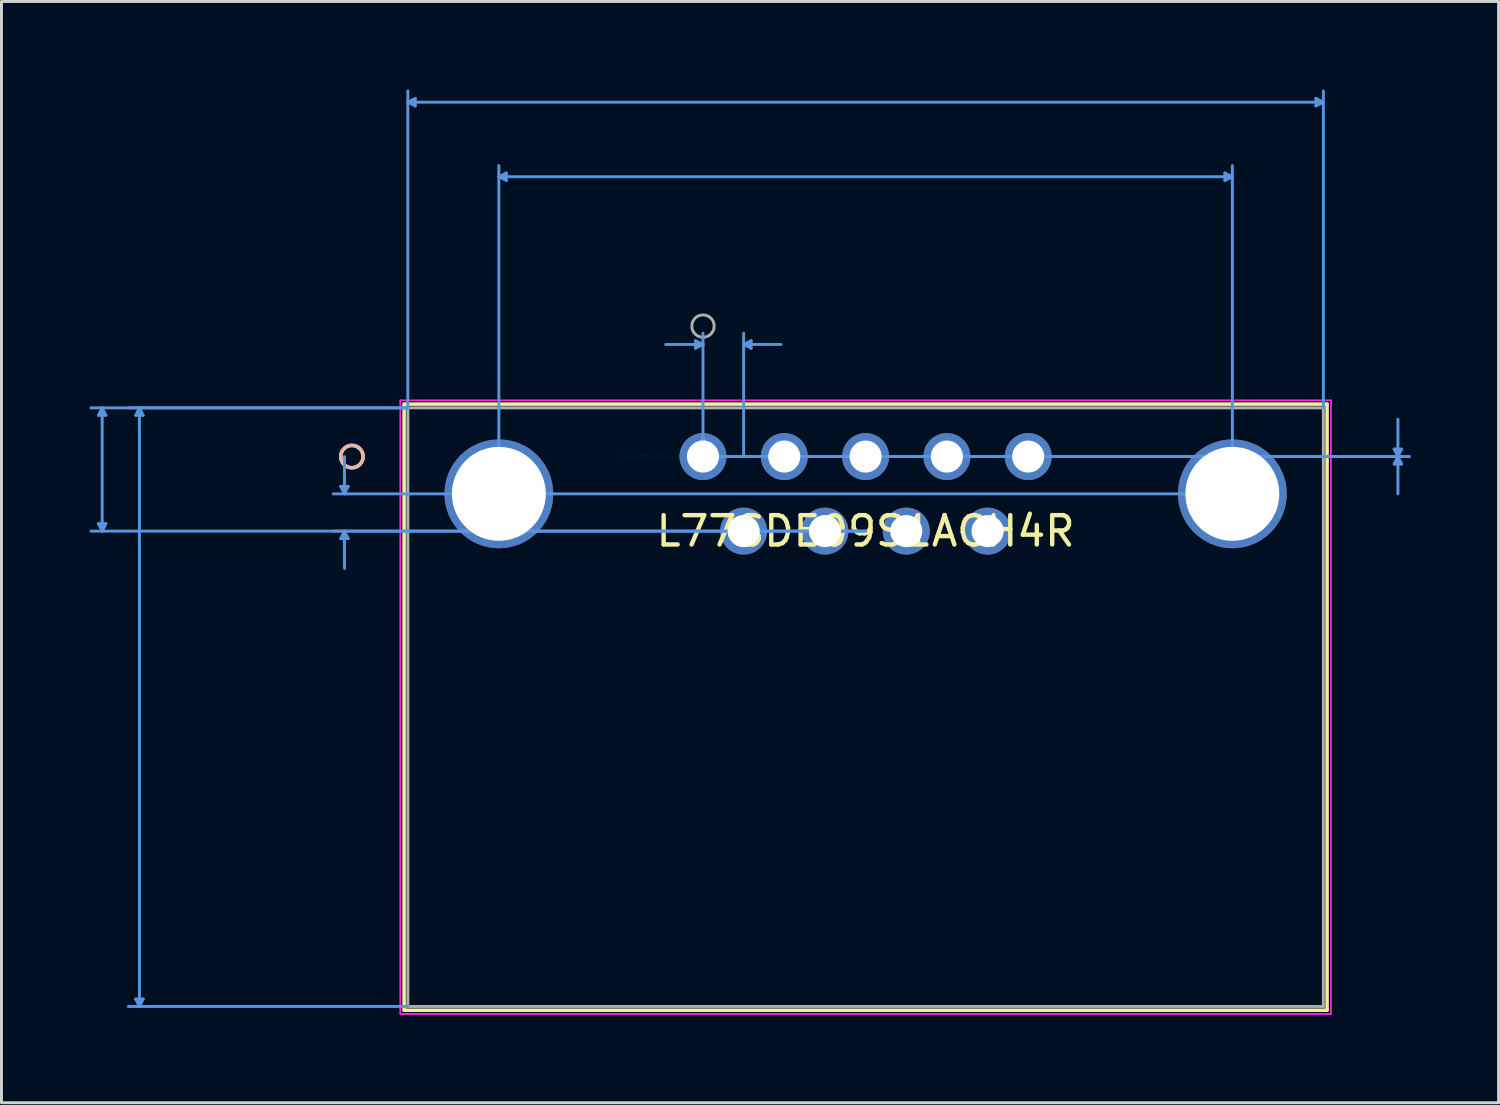
<source format=kicad_pcb>
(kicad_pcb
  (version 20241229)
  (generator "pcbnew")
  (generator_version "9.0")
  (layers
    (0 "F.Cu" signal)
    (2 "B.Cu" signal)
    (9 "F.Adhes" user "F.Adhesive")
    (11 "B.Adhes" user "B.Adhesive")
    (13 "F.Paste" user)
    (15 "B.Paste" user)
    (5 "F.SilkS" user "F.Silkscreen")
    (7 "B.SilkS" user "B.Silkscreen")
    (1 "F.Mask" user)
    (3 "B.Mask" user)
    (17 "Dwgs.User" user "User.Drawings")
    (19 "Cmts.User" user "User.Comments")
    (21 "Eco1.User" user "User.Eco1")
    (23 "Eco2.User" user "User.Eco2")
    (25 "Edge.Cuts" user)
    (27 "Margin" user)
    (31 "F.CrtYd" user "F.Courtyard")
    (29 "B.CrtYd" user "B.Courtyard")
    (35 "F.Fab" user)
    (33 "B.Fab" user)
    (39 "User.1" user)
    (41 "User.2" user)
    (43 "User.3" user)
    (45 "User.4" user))
  (footprint "L77SDE09S1ACH4R"
    (layer "F.Cu")
    (at 20.901 12.505)
    (property "Reference" "L77SDE09S1ACH4R" (at 5.54 2.54 0) (layer "F.SilkS") (effects (font (size 1 1) (thickness 0.15))))
    (attr through_hole)
    (fp_line (start -10.183 -1.787) (end -10.183 18.863) (stroke (width 0.12) (type solid)) (layer "F.SilkS"))
    (fp_line (start -10.183 18.863) (end 21.263 18.863) (stroke (width 0.12) (type solid)) (layer "F.SilkS"))
    (fp_line (start 21.263 -1.787) (end -10.183 -1.787) (stroke (width 0.12) (type solid)) (layer "F.SilkS"))
    (fp_line (start 21.263 18.863) (end 21.263 -1.787) (stroke (width 0.12) (type solid)) (layer "F.SilkS"))
    (fp_circle (center -11.961 0) (end -11.58 0) (stroke (width 0.12) (type solid)) (fill no) (layer "F.SilkS"))
    (fp_circle (center -11.961 0) (end -11.58 0) (stroke (width 0.12) (type solid)) (fill no) (layer "B.SilkS"))
    (fp_line (start -20.597 -1.406) (end -20.343 -1.406) (stroke (width 0.1) (type solid)) (layer "Cmts.User"))
    (fp_line (start -20.597 2.286) (end -20.343 2.286) (stroke (width 0.1) (type solid)) (layer "Cmts.User"))
    (fp_line (start -20.47 -1.66) (end -20.597 -1.406) (stroke (width 0.1) (type solid)) (layer "Cmts.User"))
    (fp_line (start -20.47 -1.66) (end -20.47 2.54) (stroke (width 0.1) (type solid)) (layer "Cmts.User"))
    (fp_line (start -20.47 -1.66) (end -20.343 -1.406) (stroke (width 0.1) (type solid)) (layer "Cmts.User"))
    (fp_line (start -20.47 2.54) (end -20.597 2.286) (stroke (width 0.1) (type solid)) (layer "Cmts.User"))
    (fp_line (start -20.47 2.54) (end -20.343 2.286) (stroke (width 0.1) (type solid)) (layer "Cmts.User"))
    (fp_line (start -19.327 -1.406) (end -19.073 -1.406) (stroke (width 0.1) (type solid)) (layer "Cmts.User"))
    (fp_line (start -19.327 18.482) (end -19.073 18.482) (stroke (width 0.1) (type solid)) (layer "Cmts.User"))
    (fp_line (start -19.2 -1.66) (end -19.327 -1.406) (stroke (width 0.1) (type solid)) (layer "Cmts.User"))
    (fp_line (start -19.2 -1.66) (end -19.2 18.736) (stroke (width 0.1) (type solid)) (layer "Cmts.User"))
    (fp_line (start -19.2 -1.66) (end -19.073 -1.406) (stroke (width 0.1) (type solid)) (layer "Cmts.User"))
    (fp_line (start -19.2 18.736) (end -19.327 18.482) (stroke (width 0.1) (type solid)) (layer "Cmts.User"))
    (fp_line (start -19.2 18.736) (end -19.073 18.482) (stroke (width 0.1) (type solid)) (layer "Cmts.User"))
    (fp_line (start -12.342 1.016) (end -12.088 1.016) (stroke (width 0.1) (type solid)) (layer "Cmts.User"))
    (fp_line (start -12.342 2.794) (end -12.088 2.794) (stroke (width 0.1) (type solid)) (layer "Cmts.User"))
    (fp_line (start -12.215 1.27) (end -12.342 1.016) (stroke (width 0.1) (type solid)) (layer "Cmts.User"))
    (fp_line (start -12.215 1.27) (end -12.215 0) (stroke (width 0.1) (type solid)) (layer "Cmts.User"))
    (fp_line (start -12.215 1.27) (end -12.088 1.016) (stroke (width 0.1) (type solid)) (layer "Cmts.User"))
    (fp_line (start -12.215 2.54) (end -12.342 2.794) (stroke (width 0.1) (type solid)) (layer "Cmts.User"))
    (fp_line (start -12.215 2.54) (end -12.215 3.81) (stroke (width 0.1) (type solid)) (layer "Cmts.User"))
    (fp_line (start -12.215 2.54) (end -12.088 2.794) (stroke (width 0.1) (type solid)) (layer "Cmts.User"))
    (fp_line (start -10.056 -12.074) (end -9.802 -12.201) (stroke (width 0.1) (type solid)) (layer "Cmts.User"))
    (fp_line (start -10.056 -12.074) (end -9.802 -11.947) (stroke (width 0.1) (type solid)) (layer "Cmts.User"))
    (fp_line (start -10.056 -12.074) (end 21.136 -12.074) (stroke (width 0.1) (type solid)) (layer "Cmts.User"))
    (fp_line (start -10.056 -1.66) (end -20.851 -1.66) (stroke (width 0.1) (type solid)) (layer "Cmts.User"))
    (fp_line (start -10.056 -1.66) (end -19.581 -1.66) (stroke (width 0.1) (type solid)) (layer "Cmts.User"))
    (fp_line (start -10.056 -1.66) (end -10.056 -12.455) (stroke (width 0.1) (type solid)) (layer "Cmts.User"))
    (fp_line (start -10.056 18.736) (end -19.581 18.736) (stroke (width 0.1) (type solid)) (layer "Cmts.User"))
    (fp_line (start -9.802 -12.201) (end -9.802 -11.947) (stroke (width 0.1) (type solid)) (layer "Cmts.User"))
    (fp_line (start -6.955 -9.534) (end -6.701 -9.661) (stroke (width 0.1) (type solid)) (layer "Cmts.User"))
    (fp_line (start -6.955 -9.534) (end -6.701 -9.407) (stroke (width 0.1) (type solid)) (layer "Cmts.User"))
    (fp_line (start -6.955 -9.534) (end 18.035 -9.534) (stroke (width 0.1) (type solid)) (layer "Cmts.User"))
    (fp_line (start -6.955 1.27) (end -6.955 -9.915) (stroke (width 0.1) (type solid)) (layer "Cmts.User"))
    (fp_line (start -6.701 -9.661) (end -6.701 -9.407) (stroke (width 0.1) (type solid)) (layer "Cmts.User"))
    (fp_line (start -0.254 -3.946) (end -0.254 -3.692) (stroke (width 0.1) (type solid)) (layer "Cmts.User"))
    (fp_line (start 0 -3.819) (end -1.27 -3.819) (stroke (width 0.1) (type solid)) (layer "Cmts.User"))
    (fp_line (start 0 -3.819) (end -0.254 -3.946) (stroke (width 0.1) (type solid)) (layer "Cmts.User"))
    (fp_line (start 0 -3.819) (end -0.254 -3.692) (stroke (width 0.1) (type solid)) (layer "Cmts.User"))
    (fp_line (start 0 0) (end 0 -4.2) (stroke (width 0.1) (type solid)) (layer "Cmts.User"))
    (fp_line (start 0 0) (end 24.057 0) (stroke (width 0.1) (type solid)) (layer "Cmts.User"))
    (fp_line (start 0 0) (end 24.057 0) (stroke (width 0.1) (type solid)) (layer "Cmts.User"))
    (fp_line (start 1.385 -3.819) (end 1.639 -3.946) (stroke (width 0.1) (type solid)) (layer "Cmts.User"))
    (fp_line (start 1.385 -3.819) (end 1.639 -3.692) (stroke (width 0.1) (type solid)) (layer "Cmts.User"))
    (fp_line (start 1.385 -3.819) (end 2.655 -3.819) (stroke (width 0.1) (type solid)) (layer "Cmts.User"))
    (fp_line (start 1.385 0) (end 1.385 -4.2) (stroke (width 0.1) (type solid)) (layer "Cmts.User"))
    (fp_line (start 1.639 -3.946) (end 1.639 -3.692) (stroke (width 0.1) (type solid)) (layer "Cmts.User"))
    (fp_line (start 5.54 2.54) (end -20.851 2.54) (stroke (width 0.1) (type solid)) (layer "Cmts.User"))
    (fp_line (start 5.54 2.54) (end -12.596 2.54) (stroke (width 0.1) (type solid)) (layer "Cmts.User"))
    (fp_line (start 17.781 -9.661) (end 17.781 -9.407) (stroke (width 0.1) (type solid)) (layer "Cmts.User"))
    (fp_line (start 18.035 -9.534) (end 17.781 -9.661) (stroke (width 0.1) (type solid)) (layer "Cmts.User"))
    (fp_line (start 18.035 -9.534) (end 17.781 -9.407) (stroke (width 0.1) (type solid)) (layer "Cmts.User"))
    (fp_line (start 18.035 1.27) (end -12.596 1.27) (stroke (width 0.1) (type solid)) (layer "Cmts.User"))
    (fp_line (start 18.035 1.27) (end 18.035 -9.915) (stroke (width 0.1) (type solid)) (layer "Cmts.User"))
    (fp_line (start 20.882 -12.201) (end 20.882 -11.947) (stroke (width 0.1) (type solid)) (layer "Cmts.User"))
    (fp_line (start 21.136 -12.074) (end 20.882 -12.201) (stroke (width 0.1) (type solid)) (layer "Cmts.User"))
    (fp_line (start 21.136 -12.074) (end 20.882 -11.947) (stroke (width 0.1) (type solid)) (layer "Cmts.User"))
    (fp_line (start 21.136 -1.66) (end 21.136 -12.455) (stroke (width 0.1) (type solid)) (layer "Cmts.User"))
    (fp_line (start 23.549 -0.254) (end 23.803 -0.254) (stroke (width 0.1) (type solid)) (layer "Cmts.User"))
    (fp_line (start 23.549 0.254) (end 23.803 0.254) (stroke (width 0.1) (type solid)) (layer "Cmts.User"))
    (fp_line (start 23.676 0) (end 23.549 -0.254) (stroke (width 0.1) (type solid)) (layer "Cmts.User"))
    (fp_line (start 23.676 0) (end 23.549 0.254) (stroke (width 0.1) (type solid)) (layer "Cmts.User"))
    (fp_line (start 23.676 0) (end 23.676 -1.27) (stroke (width 0.1) (type solid)) (layer "Cmts.User"))
    (fp_line (start 23.676 0) (end 23.676 1.27) (stroke (width 0.1) (type solid)) (layer "Cmts.User"))
    (fp_line (start 23.676 0) (end 23.803 -0.254) (stroke (width 0.1) (type solid)) (layer "Cmts.User"))
    (fp_line (start 23.676 0) (end 23.803 0.254) (stroke (width 0.1) (type solid)) (layer "Cmts.User"))
    (fp_line (start -10.31 -1.914) (end -10.31 18.99) (stroke (width 0.05) (type solid)) (layer "F.CrtYd"))
    (fp_line (start -10.31 -1.914) (end -10.31 18.99) (stroke (width 0.05) (type solid)) (layer "F.CrtYd"))
    (fp_line (start -10.31 18.99) (end 21.39 18.99) (stroke (width 0.05) (type solid)) (layer "F.CrtYd"))
    (fp_line (start -10.31 18.99) (end 21.39 18.99) (stroke (width 0.05) (type solid)) (layer "F.CrtYd"))
    (fp_line (start 21.39 -1.914) (end -10.31 -1.914) (stroke (width 0.05) (type solid)) (layer "F.CrtYd"))
    (fp_line (start 21.39 -1.914) (end -10.31 -1.914) (stroke (width 0.05) (type solid)) (layer "F.CrtYd"))
    (fp_line (start 21.39 18.99) (end 21.39 -1.914) (stroke (width 0.05) (type solid)) (layer "F.CrtYd"))
    (fp_line (start 21.39 18.99) (end 21.39 -1.914) (stroke (width 0.05) (type solid)) (layer "F.CrtYd"))
    (fp_line (start -10.056 -1.66) (end -10.056 18.736) (stroke (width 0.1) (type solid)) (layer "F.Fab"))
    (fp_line (start -10.056 18.736) (end 21.136 18.736) (stroke (width 0.1) (type solid)) (layer "F.Fab"))
    (fp_line (start 21.136 -1.66) (end -10.056 -1.66) (stroke (width 0.1) (type solid)) (layer "F.Fab"))
    (fp_line (start 21.136 18.736) (end 21.136 -1.66) (stroke (width 0.1) (type solid)) (layer "F.Fab"))
    (fp_circle (center 0 -4.445) (end 0.381 -4.445) (stroke (width 0.1) (type solid)) (fill no) (layer "F.Fab"))
    (fp_text user "*" (at 0 0 0) (layer "F.SilkS") (effects (font (size 1 1) (thickness 0.15))))
    (fp_text user "Copyright 2021 Accelerated Designs. All rights reserved." (at 0 0 0) (layer "Cmts.User") (effects (font (size 0.127 0.127) (thickness 0.002))))
    (fp_text user "*" (at 0 0 0) (layer "F.Fab") (effects (font (size 1 1) (thickness 0.15))))
    (pad "1" thru_hole circle (at 0 0) (size 1.6 1.6) (drill 1.092) (layers "*.Cu" "*.Mask"))
    (pad "2" thru_hole circle (at 1.385 2.54) (size 1.6 1.6) (drill 1.092) (layers "*.Cu" "*.Mask"))
    (pad "3" thru_hole circle (at 2.77 0) (size 1.6 1.6) (drill 1.092) (layers "*.Cu" "*.Mask"))
    (pad "4" thru_hole circle (at 4.155 2.54) (size 1.6 1.6) (drill 1.092) (layers "*.Cu" "*.Mask"))
    (pad "5" thru_hole circle (at 5.54 0) (size 1.6 1.6) (drill 1.092) (layers "*.Cu" "*.Mask"))
    (pad "6" thru_hole circle (at 6.925 2.54) (size 1.6 1.6) (drill 1.092) (layers "*.Cu" "*.Mask"))
    (pad "7" thru_hole circle (at 8.31 0) (size 1.6 1.6) (drill 1.092) (layers "*.Cu" "*.Mask"))
    (pad "8" thru_hole circle (at 9.695 2.54) (size 1.6 1.6) (drill 1.092) (layers "*.Cu" "*.Mask"))
    (pad "9" thru_hole circle (at 11.08 0) (size 1.6 1.6) (drill 1.092) (layers "*.Cu" "*.Mask"))
    (pad "10" thru_hole circle (at -6.955 1.27) (size 3.708 3.708) (drill 3.2) (layers "*.Cu" "*.Mask"))
    (pad "11" thru_hole circle (at 18.035 1.27) (size 3.708 3.708) (drill 3.2) (layers "*.Cu" "*.Mask")))
  (gr_rect
    (start -3 -3)
    (end 48.007 34.52)
    (stroke (width 0.1) (type default))
    (fill no)
    (layer "Edge.Cuts")))
</source>
